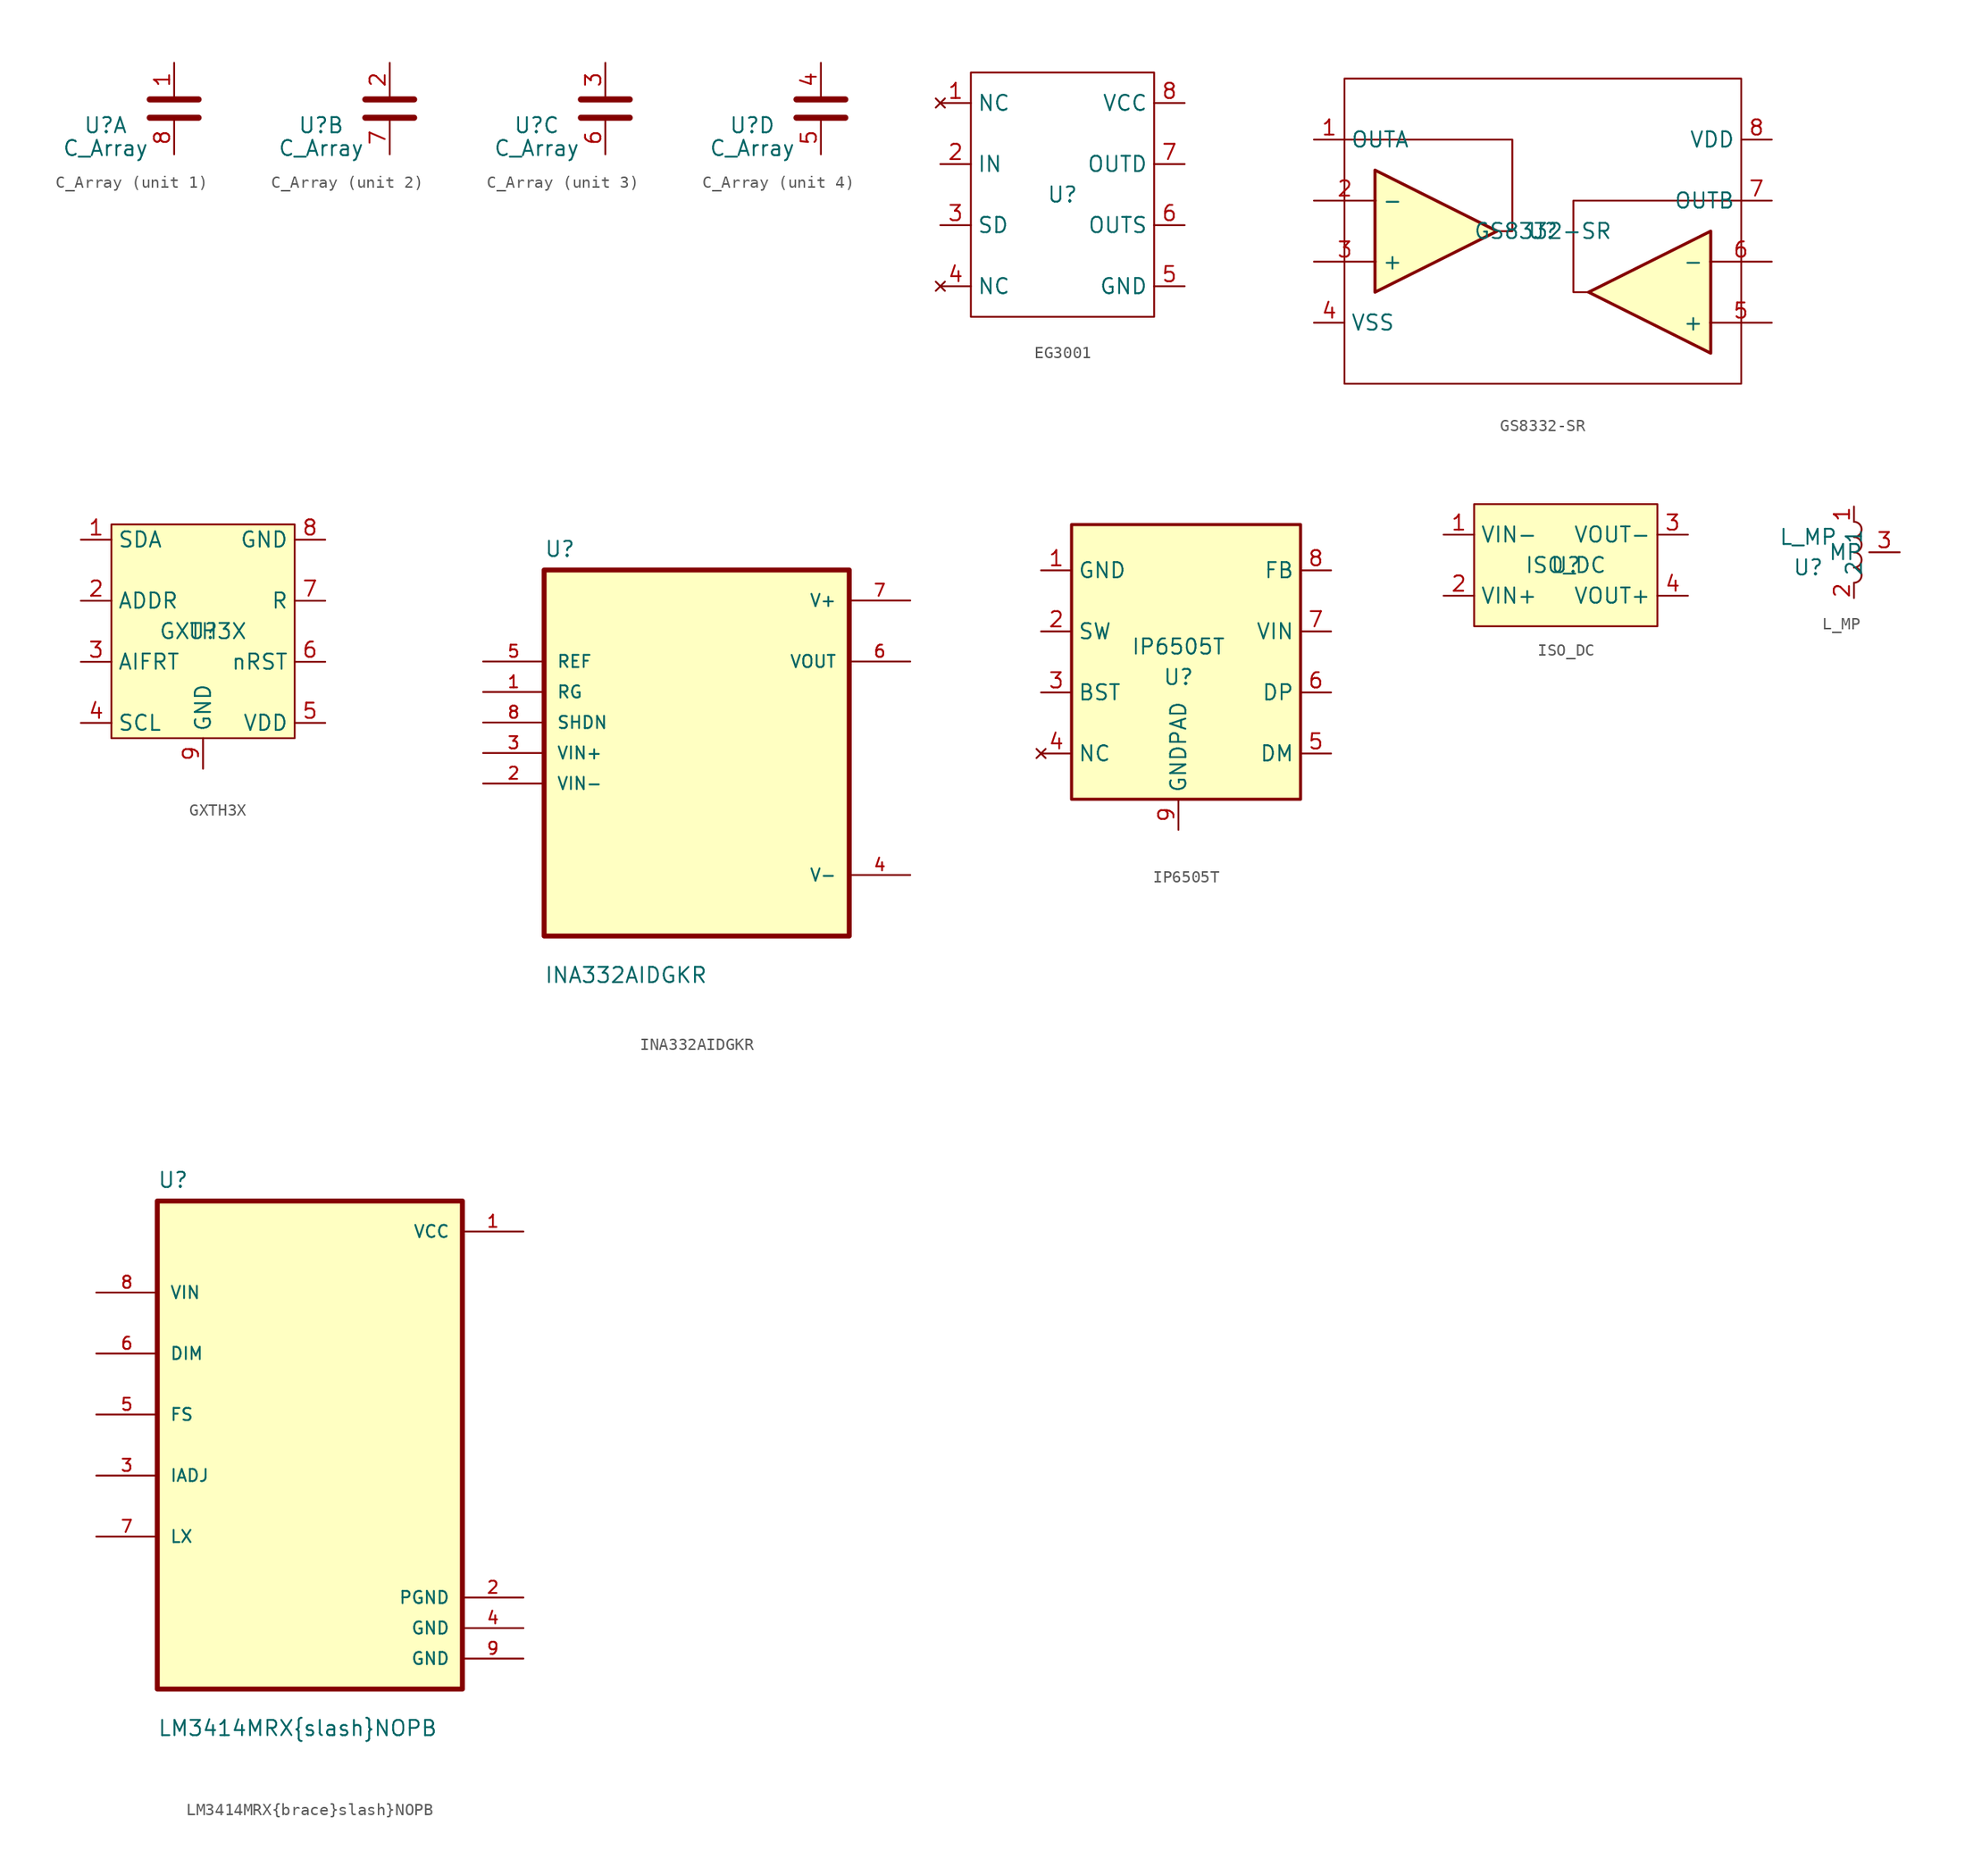
<source format=kicad_sym>
(kicad_symbol_lib
  (version 20220914)
  (generator kicad_symbol_editor)
  (symbol "C_Array"
    (property "Reference" "U"
      (at -5.715 -1.905 0)
      (effects (font (size 1.27 1.27))))
    (property "Value" "C_Array"
      (at -5.715 -3.81 0)
      (effects (font (size 1.27 1.27))))
    (symbol "C_Array_0_1"
      (polyline (pts (xy -2.032 -1.27) (xy 2.032 -1.27)) (stroke (width 0.508) (type default)) (fill (type none)))
      (polyline (pts (xy -2.032 0.254) (xy 2.032 0.254)) (stroke (width 0.508) (type default)) (fill (type none))))
    (symbol "C_Array_1_1"
      (pin passive line (at 0 3.302 270) (length 2.794) (name "~" (effects (font (size 1.27 1.27)))) (number "1" (effects (font (size 1.27 1.27)))))
      (pin passive line (at 0 -4.318 90) (length 2.794) (name "" (effects (font (size 1.27 1.27)))) (number "8" (effects (font (size 1.27 1.27))))))
    (symbol "C_Array_2_1"
      (pin passive line (at 0 3.302 270) (length 2.794) (name "~" (effects (font (size 1.27 1.27)))) (number "2" (effects (font (size 1.27 1.27)))))
      (pin passive line (at 0 -4.318 90) (length 2.794) (name "" (effects (font (size 1.27 1.27)))) (number "7" (effects (font (size 1.27 1.27))))))
    (symbol "C_Array_3_1"
      (pin passive line (at 0 3.302 270) (length 2.794) (name "~" (effects (font (size 1.27 1.27)))) (number "3" (effects (font (size 1.27 1.27)))))
      (pin passive line (at 0 -4.318 90) (length 2.794) (name "" (effects (font (size 1.27 1.27)))) (number "6" (effects (font (size 1.27 1.27))))))
    (symbol "C_Array_4_1"
      (pin passive line (at 0 3.302 270) (length 2.794) (name "~" (effects (font (size 1.27 1.27)))) (number "4" (effects (font (size 1.27 1.27)))))
      (pin passive line (at 0 -4.318 90) (length 2.794) (name "" (effects (font (size 1.27 1.27)))) (number "5" (effects (font (size 1.27 1.27)))))))
  (symbol "EG3001"
    (property "Reference" "U"
      (at 0 0 0)
      (effects (font (size 1.27 1.27))))
    (property "Value" ""
      (at 0 0 0)
      (effects (font (size 1.27 1.27))))
    (symbol "EG3001_0_0"
      (text_box "" (at -7.62 10.16 0) (size 15.24 -20.32) (stroke (width 0) (type default)) (fill (type color) (color 0 0 0 0)) (effects (font (size 1.27 1.27)) (justify left top))))
    (symbol "EG3001_1_1"
      (pin no_connect line (at -10.16 7.62 0) (length 2.54) (name "NC" (effects (font (size 1.27 1.27)))) (number "1" (effects (font (size 1.27 1.27)))))
      (pin input line (at -10.16 2.54 0) (length 2.54) (name "IN" (effects (font (size 1.27 1.27)))) (number "2" (effects (font (size 1.27 1.27)))))
      (pin input line (at -10.16 -2.54 0) (length 2.54) (name "SD" (effects (font (size 1.27 1.27)))) (number "3" (effects (font (size 1.27 1.27)))))
      (pin no_connect line (at -10.16 -7.62 0) (length 2.54) (name "NC" (effects (font (size 1.27 1.27)))) (number "4" (effects (font (size 1.27 1.27)))))
      (pin power_in line (at 10.16 -7.62 180) (length 2.54) (name "GND" (effects (font (size 1.27 1.27)))) (number "5" (effects (font (size 1.27 1.27)))))
      (pin output line (at 10.16 -2.54 180) (length 2.54) (name "OUTS" (effects (font (size 1.27 1.27)))) (number "6" (effects (font (size 1.27 1.27)))))
      (pin output line (at 10.16 2.54 180) (length 2.54) (name "OUTD" (effects (font (size 1.27 1.27)))) (number "7" (effects (font (size 1.27 1.27)))))
      (pin power_in line (at 10.16 7.62 180) (length 2.54) (name "VCC" (effects (font (size 1.27 1.27)))) (number "8" (effects (font (size 1.27 1.27)))))))
  (symbol "GS8332-SR"
    (property "Reference" "U"
      (at 0 0 0)
      (effects (font (size 1.27 1.27))))
    (property "Value" "GS8332-SR"
      (at 0 0 0)
      (effects (font (size 1.27 1.27))))
    (symbol "GS8332-SR_0_1"
      (rectangle (start -16.51 12.7) (end 16.51 -12.7) (stroke (width 0) (type default)) (fill (type none)))
      (polyline (pts (xy -3.81 0) (xy -13.97 5.08) (xy -13.97 -5.08) (xy -3.81 0)) (stroke (width 0.254) (type default)) (fill (type background)))
      (polyline (pts (xy 3.81 -5.08) (xy 2.54 -5.08) (xy 2.54 2.54) (xy 16.51 2.54)) (stroke (width 0) (type default)) (fill (type none)))
      (polyline (pts (xy 3.81 -5.08) (xy 13.97 -10.16) (xy 13.97 0) (xy 3.81 -5.08)) (stroke (width 0.254) (type default)) (fill (type background)))
      (polyline (pts (xy -16.51 7.62) (xy -3.81 7.62) (xy -2.54 7.62) (xy -2.54 0) (xy -3.81 0)) (stroke (width 0) (type default)) (fill (type none))))
    (symbol "GS8332-SR_1_1"
      (pin input line (at -19.05 7.62 0) (length 2.54) (name "OUTA" (effects (font (size 1.27 1.27)))) (number "1" (effects (font (size 1.27 1.27)))))
      (pin input line (at -19.05 2.54 0) (length 5.14) (name "-" (effects (font (size 1.27 1.27)))) (number "2" (effects (font (size 1.27 1.27)))))
      (pin input line (at -19.05 -2.54 0) (length 5.14) (name "+" (effects (font (size 1.27 1.27)))) (number "3" (effects (font (size 1.27 1.27)))))
      (pin input line (at -19.05 -7.62 0) (length 2.54) (name "VSS" (effects (font (size 1.27 1.27)))) (number "4" (effects (font (size 1.27 1.27)))))
      (pin input line (at 19.05 -7.62 180) (length 5.14) (name "+" (effects (font (size 1.27 1.27)))) (number "5" (effects (font (size 1.27 1.27)))))
      (pin input line (at 19.05 -2.54 180) (length 5.14) (name "-" (effects (font (size 1.27 1.27)))) (number "6" (effects (font (size 1.27 1.27)))))
      (pin input line (at 19.05 2.54 180) (length 2.54) (name "OUTB" (effects (font (size 1.27 1.27)))) (number "7" (effects (font (size 1.27 1.27)))))
      (pin input line (at 19.05 7.62 180) (length 2.54) (name "VDD" (effects (font (size 1.27 1.27)))) (number "8" (effects (font (size 1.27 1.27)))))))
  (symbol "GXTH3X"
    (property "Reference" "U"
      (at 0 0 0)
      (effects (font (size 1.27 1.27))))
    (property "Value" "GXTH3X"
      (at 0 0 0)
      (effects (font (size 1.27 1.27))))
    (symbol "GXTH3X_0_0"
      (text "" (at 12.7 3.81 0) (effects (font (size 1.27 1.27)))))
    (symbol "GXTH3X_0_1"
      (rectangle (start -7.62 8.89) (end 7.62 -8.89) (stroke (width 0) (type default)) (fill (type background))))
    (symbol "GXTH3X_1_1"
      (pin input line (at -10.16 7.62 0) (length 2.54) (name "SDA" (effects (font (size 1.27 1.27)))) (number "1" (effects (font (size 1.27 1.27)))))
      (pin input line (at -10.16 2.54 0) (length 2.54) (name "ADDR" (effects (font (size 1.27 1.27)))) (number "2" (effects (font (size 1.27 1.27)))))
      (pin input line (at -10.16 -2.54 0) (length 2.54) (name "AIFRT" (effects (font (size 1.27 1.27)))) (number "3" (effects (font (size 1.27 1.27)))))
      (pin input line (at -10.16 -7.62 0) (length 2.54) (name "SCL" (effects (font (size 1.27 1.27)))) (number "4" (effects (font (size 1.27 1.27)))))
      (pin input line (at 10.16 -7.62 180) (length 2.54) (name "VDD" (effects (font (size 1.27 1.27)))) (number "5" (effects (font (size 1.27 1.27)))))
      (pin input line (at 10.16 -2.54 180) (length 2.54) (name "nRST" (effects (font (size 1.27 1.27)))) (number "6" (effects (font (size 1.27 1.27)))))
      (pin input line (at 10.16 2.54 180) (length 2.54) (name "R" (effects (font (size 1.27 1.27)))) (number "7" (effects (font (size 1.27 1.27)))))
      (pin input line (at 10.16 7.62 180) (length 2.54) (name "GND" (effects (font (size 1.27 1.27)))) (number "8" (effects (font (size 1.27 1.27)))))
      (pin input line (at 0 -11.43 90) (length 2.54) (name "GND" (effects (font (size 1.27 1.27)))) (number "9" (effects (font (size 1.27 1.27)))))))
  (symbol "INA332AIDGKR"
    (pin_names
      (offset 1.016))
    (property "Reference" "U"
      (at -12.7 16.24 0)
      (effects (font (size 1.27 1.27)) (justify left bottom)))
    (property "Value" "INA332AIDGKR"
      (at -12.7 -19.24 0)
      (effects (font (size 1.27 1.27)) (justify left bottom)))
    (symbol "INA332AIDGKR_0_0"
      (rectangle (start -12.7 -15.24) (end 12.7 15.24) (stroke (width 0.41) (type default)) (fill (type background)))
      (pin input line (at -17.78 5.08 0) (length 5.08) (name "RG" (effects (font (size 1.016 1.016)))) (number "1" (effects (font (size 1.016 1.016)))))
      (pin input line (at -17.78 -2.54 0) (length 5.08) (name "VIN-" (effects (font (size 1.016 1.016)))) (number "2" (effects (font (size 1.016 1.016)))))
      (pin input line (at -17.78 0 0) (length 5.08) (name "VIN+" (effects (font (size 1.016 1.016)))) (number "3" (effects (font (size 1.016 1.016)))))
      (pin power_in line (at 17.78 -10.16 180) (length 5.08) (name "V-" (effects (font (size 1.016 1.016)))) (number "4" (effects (font (size 1.016 1.016)))))
      (pin input line (at -17.78 7.62 0) (length 5.08) (name "REF" (effects (font (size 1.016 1.016)))) (number "5" (effects (font (size 1.016 1.016)))))
      (pin output line (at 17.78 7.62 180) (length 5.08) (name "VOUT" (effects (font (size 1.016 1.016)))) (number "6" (effects (font (size 1.016 1.016)))))
      (pin power_in line (at 17.78 12.7 180) (length 5.08) (name "V+" (effects (font (size 1.016 1.016)))) (number "7" (effects (font (size 1.016 1.016)))))
      (pin input line (at -17.78 2.54 0) (length 5.08) (name "SHDN" (effects (font (size 1.016 1.016)))) (number "8" (effects (font (size 1.016 1.016)))))))
  (symbol "IP6505T"
    (property "Reference" "U"
      (at 0 -1.27 0)
      (effects (font (size 1.27 1.27))))
    (property "Value" "IP6505T"
      (at 0 1.27 0)
      (effects (font (size 1.27 1.27))))
    (symbol "IP6505T_0_1"
      (rectangle (start -8.89 11.43) (end 10.16 -11.43) (stroke (width 0.254) (type default)) (fill (type background))))
    (symbol "IP6505T_1_1"
      (pin power_in line (at -11.43 7.62 0) (length 2.54) (name "GND" (effects (font (size 1.27 1.27)))) (number "1" (effects (font (size 1.27 1.27)))))
      (pin power_out line (at -11.43 2.54 0) (length 2.54) (name "SW" (effects (font (size 1.27 1.27)))) (number "2" (effects (font (size 1.27 1.27)))))
      (pin input line (at -11.43 -2.54 0) (length 2.54) (name "BST" (effects (font (size 1.27 1.27)))) (number "3" (effects (font (size 1.27 1.27)))))
      (pin no_connect line (at -11.43 -7.62 0) (length 2.54) (name "NC" (effects (font (size 1.27 1.27)))) (number "4" (effects (font (size 1.27 1.27)))))
      (pin bidirectional line (at 12.7 -7.62 180) (length 2.54) (name "DM" (effects (font (size 1.27 1.27)))) (number "5" (effects (font (size 1.27 1.27)))))
      (pin bidirectional line (at 12.7 -2.54 180) (length 2.54) (name "DP" (effects (font (size 1.27 1.27)))) (number "6" (effects (font (size 1.27 1.27)))))
      (pin power_in line (at 12.7 2.54 180) (length 2.54) (name "VIN" (effects (font (size 1.27 1.27)))) (number "7" (effects (font (size 1.27 1.27)))))
      (pin input line (at 12.7 7.62 180) (length 2.54) (name "FB" (effects (font (size 1.27 1.27)))) (number "8" (effects (font (size 1.27 1.27)))))
      (pin power_in line (at 0 -13.97 90) (length 2.54) (name "GNDPAD" (effects (font (size 1.27 1.27)))) (number "9" (effects (font (size 1.27 1.27)))))))
  (symbol "ISO_DC"
    (property "Reference" "U"
      (at 0 0 0)
      (effects (font (size 1.27 1.27))))
    (property "Value" "ISO_DC"
      (at 0 0 0)
      (effects (font (size 1.27 1.27))))
    (symbol "ISO_DC_0_1"
      (rectangle (start -7.62 5.08) (end 7.62 -5.08) (stroke (width 0) (type default)) (fill (type background))))
    (symbol "ISO_DC_1_1"
      (pin input line (at -10.16 2.54 0) (length 2.54) (name "VIN-" (effects (font (size 1.27 1.27)))) (number "1" (effects (font (size 1.27 1.27)))))
      (pin input line (at -10.16 -2.54 0) (length 2.54) (name "VIN+" (effects (font (size 1.27 1.27)))) (number "2" (effects (font (size 1.27 1.27)))))
      (pin input line (at 10.16 2.54 180) (length 2.54) (name "VOUT-" (effects (font (size 1.27 1.27)))) (number "3" (effects (font (size 1.27 1.27)))))
      (pin input line (at 10.16 -2.54 180) (length 2.54) (name "VOUT+" (effects (font (size 1.27 1.27)))) (number "4" (effects (font (size 1.27 1.27)))))))
  (symbol "L_MP"
    (property "Reference" "U"
      (at -3.81 -1.27 0)
      (effects (font (size 1.27 1.27))))
    (property "Value" "L_MP"
      (at -3.81 1.27 0)
      (effects (font (size 1.27 1.27))))
    (symbol "L_MP_0_1"
      (arc (start 0 -2.54) (mid 0.6323 -1.905) (end 0 -1.27) (stroke (width 0) (type default)) (fill (type none)))
      (arc (start 0 -1.27) (mid 0.6323 -0.635) (end 0 0) (stroke (width 0) (type default)) (fill (type none)))
      (arc (start 0 0) (mid 0.6323 0.635) (end 0 1.27) (stroke (width 0) (type default)) (fill (type none)))
      (arc (start 0 1.27) (mid 0.6323 1.905) (end 0 2.54) (stroke (width 0) (type default)) (fill (type none))))
    (symbol "L_MP_1_1"
      (pin passive line (at 0 3.81 270) (length 1.27) (name "1" (effects (font (size 1.27 1.27)))) (number "1" (effects (font (size 1.27 1.27)))))
      (pin passive line (at 0 -3.81 90) (length 1.27) (name "2" (effects (font (size 1.27 1.27)))) (number "2" (effects (font (size 1.27 1.27)))))
      (pin input line (at 3.81 0 180) (length 2.54) (name "MP" (effects (font (size 1.27 1.27)))) (number "3" (effects (font (size 1.27 1.27)))))))
  (symbol "LM3414MRX{brace}slash}NOPB"
    (pin_names
      (offset 1.016))
    (property "Reference" "U"
      (at -12.7 21.32 0)
      (effects (font (size 1.27 1.27)) (justify left bottom)))
    (property "Value" "LM3414MRX{brace}slash}NOPB"
      (at -12.7 -24.32 0)
      (effects (font (size 1.27 1.27)) (justify left bottom)))
    (symbol "LM3414MRX{brace}slash}NOPB_0_0"
      (rectangle (start -12.7 -20.32) (end 12.7 20.32) (stroke (width 0.41) (type default)) (fill (type background)))
      (pin power_in line (at 17.78 17.78 180) (length 5.08) (name "VCC" (effects (font (size 1.016 1.016)))) (number "1" (effects (font (size 1.016 1.016)))))
      (pin power_in line (at 17.78 -12.7 180) (length 5.08) (name "PGND" (effects (font (size 1.016 1.016)))) (number "2" (effects (font (size 1.016 1.016)))))
      (pin bidirectional line (at -17.78 -2.54 0) (length 5.08) (name "IADJ" (effects (font (size 1.016 1.016)))) (number "3" (effects (font (size 1.016 1.016)))))
      (pin power_in line (at 17.78 -15.24 180) (length 5.08) (name "GND" (effects (font (size 1.016 1.016)))) (number "4" (effects (font (size 1.016 1.016)))))
      (pin bidirectional line (at -17.78 2.54 0) (length 5.08) (name "FS" (effects (font (size 1.016 1.016)))) (number "5" (effects (font (size 1.016 1.016)))))
      (pin bidirectional line (at -17.78 7.62 0) (length 5.08) (name "DIM" (effects (font (size 1.016 1.016)))) (number "6" (effects (font (size 1.016 1.016)))))
      (pin bidirectional line (at -17.78 -7.62 0) (length 5.08) (name "LX" (effects (font (size 1.016 1.016)))) (number "7" (effects (font (size 1.016 1.016)))))
      (pin input line (at -17.78 12.7 0) (length 5.08) (name "VIN" (effects (font (size 1.016 1.016)))) (number "8" (effects (font (size 1.016 1.016)))))
      (pin power_in line (at 17.78 -17.78 180) (length 5.08) (name "GND" (effects (font (size 1.016 1.016)))) (number "9" (effects (font (size 1.016 1.016))))))))
</source>
